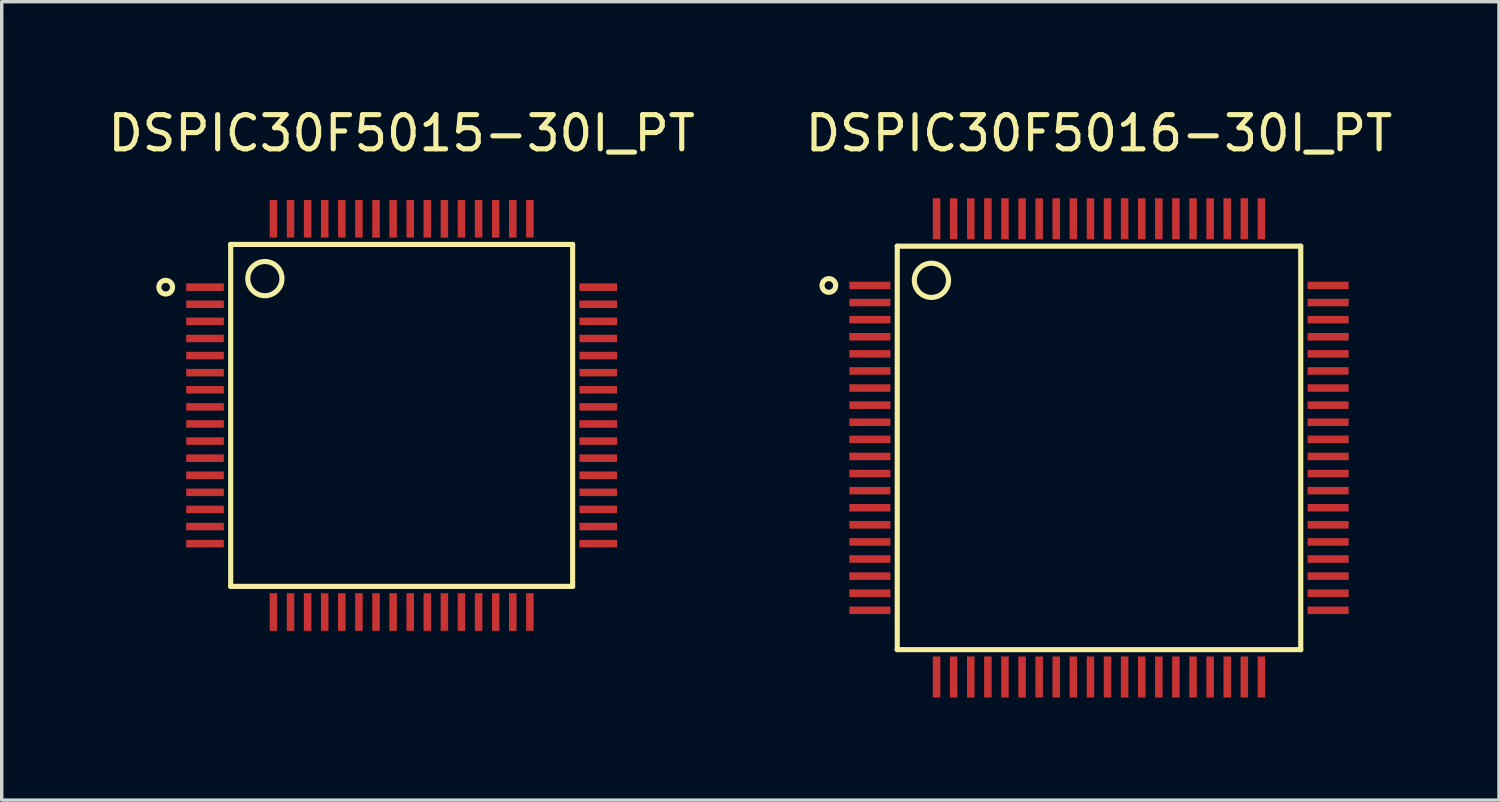
<source format=kicad_pcb>
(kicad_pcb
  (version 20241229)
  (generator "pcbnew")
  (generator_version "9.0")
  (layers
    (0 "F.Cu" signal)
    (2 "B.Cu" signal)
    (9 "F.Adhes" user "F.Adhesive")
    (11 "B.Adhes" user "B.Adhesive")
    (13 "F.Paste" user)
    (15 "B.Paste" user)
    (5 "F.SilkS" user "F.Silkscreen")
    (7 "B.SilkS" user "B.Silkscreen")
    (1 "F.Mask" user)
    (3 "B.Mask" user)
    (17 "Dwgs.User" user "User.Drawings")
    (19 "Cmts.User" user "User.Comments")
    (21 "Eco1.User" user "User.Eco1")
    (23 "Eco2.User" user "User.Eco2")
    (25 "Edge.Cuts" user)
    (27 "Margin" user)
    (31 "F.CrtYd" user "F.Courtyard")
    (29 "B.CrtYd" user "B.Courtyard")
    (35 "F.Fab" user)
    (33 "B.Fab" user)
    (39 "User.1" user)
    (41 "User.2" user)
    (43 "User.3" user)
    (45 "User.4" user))
  (footprint "DSPIC30F5015-30I_PT"
    (layer "F.Cu")
    (at 2.946 3.348)
    (property "Reference" "DSPIC30F5015-30I_PT" (at 5.75 -2.5 0) (layer "F.SilkS") (effects (font (size 1 1) (thickness 0.15))))
    (attr through_hole)
    (fp_line (start 0.75 0.75) (end 0.75 10.75) (stroke (width 0.15) (type solid)) (layer "F.SilkS"))
    (fp_line (start 0.75 0.75) (end 10.75 0.75) (stroke (width 0.15) (type solid)) (layer "F.SilkS"))
    (fp_line (start 0.75 10.75) (end 10.75 10.75) (stroke (width 0.15) (type solid)) (layer "F.SilkS"))
    (fp_line (start 10.75 10.75) (end 10.75 0.75) (stroke (width 0.15) (type solid)) (layer "F.SilkS"))
    (fp_circle (center -1.15 2) (end -1.15 1.8) (stroke (width 0.15) (type solid)) (fill no) (layer "F.SilkS"))
    (fp_circle (center 1.75 1.75) (end 1.75 1.25) (stroke (width 0.15) (type solid)) (fill no) (layer "F.SilkS"))
    (pad "1" smd rect (at 0 2) (size 1.1 0.22) (layers "F.Cu" "F.Mask" "F.Paste"))
    (pad "2" smd rect (at 0 2.5) (size 1.1 0.22) (layers "F.Cu" "F.Mask" "F.Paste"))
    (pad "3" smd rect (at 0 3) (size 1.1 0.22) (layers "F.Cu" "F.Mask" "F.Paste"))
    (pad "4" smd rect (at 0 3.5) (size 1.1 0.22) (layers "F.Cu" "F.Mask" "F.Paste"))
    (pad "5" smd rect (at 0 4) (size 1.1 0.22) (layers "F.Cu" "F.Mask" "F.Paste"))
    (pad "6" smd rect (at 0 4.5) (size 1.1 0.22) (layers "F.Cu" "F.Mask" "F.Paste"))
    (pad "7" smd rect (at 0 5) (size 1.1 0.22) (layers "F.Cu" "F.Mask" "F.Paste"))
    (pad "8" smd rect (at 0 5.5) (size 1.1 0.22) (layers "F.Cu" "F.Mask" "F.Paste"))
    (pad "9" smd rect (at 0 6) (size 1.1 0.22) (layers "F.Cu" "F.Mask" "F.Paste"))
    (pad "10" smd rect (at 0 6.5) (size 1.1 0.22) (layers "F.Cu" "F.Mask" "F.Paste"))
    (pad "11" smd rect (at 0 7) (size 1.1 0.22) (layers "F.Cu" "F.Mask" "F.Paste"))
    (pad "12" smd rect (at 0 7.5) (size 1.1 0.22) (layers "F.Cu" "F.Mask" "F.Paste"))
    (pad "13" smd rect (at 0 8) (size 1.1 0.22) (layers "F.Cu" "F.Mask" "F.Paste"))
    (pad "14" smd rect (at 0 8.5) (size 1.1 0.22) (layers "F.Cu" "F.Mask" "F.Paste"))
    (pad "15" smd rect (at 0 9) (size 1.1 0.22) (layers "F.Cu" "F.Mask" "F.Paste"))
    (pad "16" smd rect (at 0 9.5) (size 1.1 0.22) (layers "F.Cu" "F.Mask" "F.Paste"))
    (pad "17" smd rect (at 2 11.5) (size 0.22 1.1) (layers "F.Cu" "F.Mask" "F.Paste"))
    (pad "18" smd rect (at 2.5 11.5) (size 0.22 1.1) (layers "F.Cu" "F.Mask" "F.Paste"))
    (pad "19" smd rect (at 3 11.5) (size 0.22 1.1) (layers "F.Cu" "F.Mask" "F.Paste"))
    (pad "20" smd rect (at 3.5 11.5) (size 0.22 1.1) (layers "F.Cu" "F.Mask" "F.Paste"))
    (pad "21" smd rect (at 4 11.5) (size 0.22 1.1) (layers "F.Cu" "F.Mask" "F.Paste"))
    (pad "22" smd rect (at 4.5 11.5) (size 0.22 1.1) (layers "F.Cu" "F.Mask" "F.Paste"))
    (pad "23" smd rect (at 5 11.5) (size 0.22 1.1) (layers "F.Cu" "F.Mask" "F.Paste"))
    (pad "24" smd rect (at 5.5 11.5) (size 0.22 1.1) (layers "F.Cu" "F.Mask" "F.Paste"))
    (pad "25" smd rect (at 6 11.5) (size 0.22 1.1) (layers "F.Cu" "F.Mask" "F.Paste"))
    (pad "26" smd rect (at 6.5 11.5) (size 0.22 1.1) (layers "F.Cu" "F.Mask" "F.Paste"))
    (pad "27" smd rect (at 7 11.5) (size 0.22 1.1) (layers "F.Cu" "F.Mask" "F.Paste"))
    (pad "28" smd rect (at 7.5 11.5) (size 0.22 1.1) (layers "F.Cu" "F.Mask" "F.Paste"))
    (pad "29" smd rect (at 8 11.5) (size 0.22 1.1) (layers "F.Cu" "F.Mask" "F.Paste"))
    (pad "30" smd rect (at 8.5 11.5) (size 0.22 1.1) (layers "F.Cu" "F.Mask" "F.Paste"))
    (pad "31" smd rect (at 9 11.5) (size 0.22 1.1) (layers "F.Cu" "F.Mask" "F.Paste"))
    (pad "32" smd rect (at 9.5 11.5) (size 0.22 1.1) (layers "F.Cu" "F.Mask" "F.Paste"))
    (pad "33" smd rect (at 11.5 9.5) (size 1.1 0.22) (layers "F.Cu" "F.Mask" "F.Paste"))
    (pad "34" smd rect (at 11.5 9) (size 1.1 0.22) (layers "F.Cu" "F.Mask" "F.Paste"))
    (pad "35" smd rect (at 11.5 8.5) (size 1.1 0.22) (layers "F.Cu" "F.Mask" "F.Paste"))
    (pad "36" smd rect (at 11.5 8) (size 1.1 0.22) (layers "F.Cu" "F.Mask" "F.Paste"))
    (pad "37" smd rect (at 11.5 7.5) (size 1.1 0.22) (layers "F.Cu" "F.Mask" "F.Paste"))
    (pad "38" smd rect (at 11.5 7) (size 1.1 0.22) (layers "F.Cu" "F.Mask" "F.Paste"))
    (pad "39" smd rect (at 11.5 6.5) (size 1.1 0.22) (layers "F.Cu" "F.Mask" "F.Paste"))
    (pad "40" smd rect (at 11.5 6) (size 1.1 0.22) (layers "F.Cu" "F.Mask" "F.Paste"))
    (pad "41" smd rect (at 11.5 5.5) (size 1.1 0.22) (layers "F.Cu" "F.Mask" "F.Paste"))
    (pad "42" smd rect (at 11.5 5) (size 1.1 0.22) (layers "F.Cu" "F.Mask" "F.Paste"))
    (pad "43" smd rect (at 11.5 4.5) (size 1.1 0.22) (layers "F.Cu" "F.Mask" "F.Paste"))
    (pad "44" smd rect (at 11.5 4) (size 1.1 0.22) (layers "F.Cu" "F.Mask" "F.Paste"))
    (pad "45" smd rect (at 11.5 3.5) (size 1.1 0.22) (layers "F.Cu" "F.Mask" "F.Paste"))
    (pad "46" smd rect (at 11.5 3) (size 1.1 0.22) (layers "F.Cu" "F.Mask" "F.Paste"))
    (pad "47" smd rect (at 11.5 2.5) (size 1.1 0.22) (layers "F.Cu" "F.Mask" "F.Paste"))
    (pad "48" smd rect (at 11.5 2) (size 1.1 0.22) (layers "F.Cu" "F.Mask" "F.Paste"))
    (pad "49" smd rect (at 9.5 0) (size 0.22 1.1) (layers "F.Cu" "F.Mask" "F.Paste"))
    (pad "50" smd rect (at 9 0) (size 0.22 1.1) (layers "F.Cu" "F.Mask" "F.Paste"))
    (pad "51" smd rect (at 8.5 0) (size 0.22 1.1) (layers "F.Cu" "F.Mask" "F.Paste"))
    (pad "52" smd rect (at 8 0) (size 0.22 1.1) (layers "F.Cu" "F.Mask" "F.Paste"))
    (pad "53" smd rect (at 7.5 0) (size 0.22 1.1) (layers "F.Cu" "F.Mask" "F.Paste"))
    (pad "54" smd rect (at 7 0) (size 0.22 1.1) (layers "F.Cu" "F.Mask" "F.Paste"))
    (pad "55" smd rect (at 6.5 0) (size 0.22 1.1) (layers "F.Cu" "F.Mask" "F.Paste"))
    (pad "56" smd rect (at 6 0) (size 0.22 1.1) (layers "F.Cu" "F.Mask" "F.Paste"))
    (pad "57" smd rect (at 5.5 0) (size 0.22 1.1) (layers "F.Cu" "F.Mask" "F.Paste"))
    (pad "58" smd rect (at 5 0) (size 0.22 1.1) (layers "F.Cu" "F.Mask" "F.Paste"))
    (pad "59" smd rect (at 4.5 0) (size 0.22 1.1) (layers "F.Cu" "F.Mask" "F.Paste"))
    (pad "60" smd rect (at 4 0) (size 0.22 1.1) (layers "F.Cu" "F.Mask" "F.Paste"))
    (pad "61" smd rect (at 3.5 0) (size 0.22 1.1) (layers "F.Cu" "F.Mask" "F.Paste"))
    (pad "62" smd rect (at 3 0) (size 0.22 1.1) (layers "F.Cu" "F.Mask" "F.Paste"))
    (pad "63" smd rect (at 2.5 0) (size 0.22 1.1) (layers "F.Cu" "F.Mask" "F.Paste"))
    (pad "64" smd rect (at 2 0) (size 0.22 1.1) (layers "F.Cu" "F.Mask" "F.Paste")))
  (footprint "DSPIC30F5016-30I_PT"
    (layer "F.Cu")
    (at 22.389 3.348)
    (property "Reference" "DSPIC30F5016-30I_PT" (at 6.7 -2.5 0) (layer "F.SilkS") (effects (font (size 1 1) (thickness 0.15))))
    (attr through_hole)
    (fp_line (start 0.8 0.8) (end 0.8 12.6) (stroke (width 0.15) (type solid)) (layer "F.SilkS"))
    (fp_line (start 0.8 0.8) (end 12.6 0.8) (stroke (width 0.15) (type solid)) (layer "F.SilkS"))
    (fp_line (start 0.8 12.6) (end 12.6 12.6) (stroke (width 0.15) (type solid)) (layer "F.SilkS"))
    (fp_line (start 12.6 12.6) (end 12.6 0.8) (stroke (width 0.15) (type solid)) (layer "F.SilkS"))
    (fp_circle (center -1.2 1.95) (end -1.2 1.75) (stroke (width 0.15) (type solid)) (fill no) (layer "F.SilkS"))
    (fp_circle (center 1.8 1.8) (end 1.8 1.3) (stroke (width 0.15) (type solid)) (fill no) (layer "F.SilkS"))
    (pad "1" smd rect (at 0 1.95) (size 1.2 0.22) (layers "F.Cu" "F.Mask" "F.Paste"))
    (pad "2" smd rect (at 0 2.45) (size 1.2 0.22) (layers "F.Cu" "F.Mask" "F.Paste"))
    (pad "3" smd rect (at 0 2.95) (size 1.2 0.22) (layers "F.Cu" "F.Mask" "F.Paste"))
    (pad "4" smd rect (at 0 3.45) (size 1.2 0.22) (layers "F.Cu" "F.Mask" "F.Paste"))
    (pad "5" smd rect (at 0 3.95) (size 1.2 0.22) (layers "F.Cu" "F.Mask" "F.Paste"))
    (pad "6" smd rect (at 0 4.45) (size 1.2 0.22) (layers "F.Cu" "F.Mask" "F.Paste"))
    (pad "7" smd rect (at 0 4.95) (size 1.2 0.22) (layers "F.Cu" "F.Mask" "F.Paste"))
    (pad "8" smd rect (at 0 5.45) (size 1.2 0.22) (layers "F.Cu" "F.Mask" "F.Paste"))
    (pad "9" smd rect (at 0 5.95) (size 1.2 0.22) (layers "F.Cu" "F.Mask" "F.Paste"))
    (pad "10" smd rect (at 0 6.45) (size 1.2 0.22) (layers "F.Cu" "F.Mask" "F.Paste"))
    (pad "11" smd rect (at 0 6.95) (size 1.2 0.22) (layers "F.Cu" "F.Mask" "F.Paste"))
    (pad "12" smd rect (at 0 7.45) (size 1.2 0.22) (layers "F.Cu" "F.Mask" "F.Paste"))
    (pad "13" smd rect (at 0 7.95) (size 1.2 0.22) (layers "F.Cu" "F.Mask" "F.Paste"))
    (pad "14" smd rect (at 0 8.45) (size 1.2 0.22) (layers "F.Cu" "F.Mask" "F.Paste"))
    (pad "15" smd rect (at 0 8.95) (size 1.2 0.22) (layers "F.Cu" "F.Mask" "F.Paste"))
    (pad "16" smd rect (at 0 9.45) (size 1.2 0.22) (layers "F.Cu" "F.Mask" "F.Paste"))
    (pad "17" smd rect (at 0 9.95) (size 1.2 0.22) (layers "F.Cu" "F.Mask" "F.Paste"))
    (pad "18" smd rect (at 0 10.45) (size 1.2 0.22) (layers "F.Cu" "F.Mask" "F.Paste"))
    (pad "19" smd rect (at 0 10.95) (size 1.2 0.22) (layers "F.Cu" "F.Mask" "F.Paste"))
    (pad "20" smd rect (at 0 11.45) (size 1.2 0.22) (layers "F.Cu" "F.Mask" "F.Paste"))
    (pad "21" smd rect (at 1.95 13.4) (size 0.22 1.2) (layers "F.Cu" "F.Mask" "F.Paste"))
    (pad "22" smd rect (at 2.45 13.4) (size 0.22 1.2) (layers "F.Cu" "F.Mask" "F.Paste"))
    (pad "23" smd rect (at 2.95 13.4) (size 0.22 1.2) (layers "F.Cu" "F.Mask" "F.Paste"))
    (pad "24" smd rect (at 3.45 13.4) (size 0.22 1.2) (layers "F.Cu" "F.Mask" "F.Paste"))
    (pad "25" smd rect (at 3.95 13.4) (size 0.22 1.2) (layers "F.Cu" "F.Mask" "F.Paste"))
    (pad "26" smd rect (at 4.45 13.4) (size 0.22 1.2) (layers "F.Cu" "F.Mask" "F.Paste"))
    (pad "27" smd rect (at 4.95 13.4) (size 0.22 1.2) (layers "F.Cu" "F.Mask" "F.Paste"))
    (pad "28" smd rect (at 5.45 13.4) (size 0.22 1.2) (layers "F.Cu" "F.Mask" "F.Paste"))
    (pad "29" smd rect (at 5.95 13.4) (size 0.22 1.2) (layers "F.Cu" "F.Mask" "F.Paste"))
    (pad "30" smd rect (at 6.45 13.4) (size 0.22 1.2) (layers "F.Cu" "F.Mask" "F.Paste"))
    (pad "31" smd rect (at 6.95 13.4) (size 0.22 1.2) (layers "F.Cu" "F.Mask" "F.Paste"))
    (pad "32" smd rect (at 7.45 13.4) (size 0.22 1.2) (layers "F.Cu" "F.Mask" "F.Paste"))
    (pad "33" smd rect (at 7.95 13.4) (size 0.22 1.2) (layers "F.Cu" "F.Mask" "F.Paste"))
    (pad "34" smd rect (at 8.45 13.4) (size 0.22 1.2) (layers "F.Cu" "F.Mask" "F.Paste"))
    (pad "35" smd rect (at 8.95 13.4) (size 0.22 1.2) (layers "F.Cu" "F.Mask" "F.Paste"))
    (pad "36" smd rect (at 9.45 13.4) (size 0.22 1.2) (layers "F.Cu" "F.Mask" "F.Paste"))
    (pad "37" smd rect (at 9.95 13.4) (size 0.22 1.2) (layers "F.Cu" "F.Mask" "F.Paste"))
    (pad "38" smd rect (at 10.45 13.4) (size 0.22 1.2) (layers "F.Cu" "F.Mask" "F.Paste"))
    (pad "39" smd rect (at 10.95 13.4) (size 0.22 1.2) (layers "F.Cu" "F.Mask" "F.Paste"))
    (pad "40" smd rect (at 11.45 13.4) (size 0.22 1.2) (layers "F.Cu" "F.Mask" "F.Paste"))
    (pad "41" smd rect (at 13.4 11.45) (size 1.2 0.22) (layers "F.Cu" "F.Mask" "F.Paste"))
    (pad "42" smd rect (at 13.4 10.95) (size 1.2 0.22) (layers "F.Cu" "F.Mask" "F.Paste"))
    (pad "43" smd rect (at 13.4 10.45) (size 1.2 0.22) (layers "F.Cu" "F.Mask" "F.Paste"))
    (pad "44" smd rect (at 13.4 9.95) (size 1.2 0.22) (layers "F.Cu" "F.Mask" "F.Paste"))
    (pad "45" smd rect (at 13.4 9.45) (size 1.2 0.22) (layers "F.Cu" "F.Mask" "F.Paste"))
    (pad "46" smd rect (at 13.4 8.95) (size 1.2 0.22) (layers "F.Cu" "F.Mask" "F.Paste"))
    (pad "47" smd rect (at 13.4 8.45) (size 1.2 0.22) (layers "F.Cu" "F.Mask" "F.Paste"))
    (pad "48" smd rect (at 13.4 7.95) (size 1.2 0.22) (layers "F.Cu" "F.Mask" "F.Paste"))
    (pad "49" smd rect (at 13.4 7.45) (size 1.2 0.22) (layers "F.Cu" "F.Mask" "F.Paste"))
    (pad "50" smd rect (at 13.4 6.95) (size 1.2 0.22) (layers "F.Cu" "F.Mask" "F.Paste"))
    (pad "51" smd rect (at 13.4 6.45) (size 1.2 0.22) (layers "F.Cu" "F.Mask" "F.Paste"))
    (pad "52" smd rect (at 13.4 5.95) (size 1.2 0.22) (layers "F.Cu" "F.Mask" "F.Paste"))
    (pad "53" smd rect (at 13.4 5.45) (size 1.2 0.22) (layers "F.Cu" "F.Mask" "F.Paste"))
    (pad "54" smd rect (at 13.4 4.95) (size 1.2 0.22) (layers "F.Cu" "F.Mask" "F.Paste"))
    (pad "55" smd rect (at 13.4 4.45) (size 1.2 0.22) (layers "F.Cu" "F.Mask" "F.Paste"))
    (pad "56" smd rect (at 13.4 3.95) (size 1.2 0.22) (layers "F.Cu" "F.Mask" "F.Paste"))
    (pad "57" smd rect (at 13.4 3.45) (size 1.2 0.22) (layers "F.Cu" "F.Mask" "F.Paste"))
    (pad "58" smd rect (at 13.4 2.95) (size 1.2 0.22) (layers "F.Cu" "F.Mask" "F.Paste"))
    (pad "59" smd rect (at 13.4 2.45) (size 1.2 0.22) (layers "F.Cu" "F.Mask" "F.Paste"))
    (pad "60" smd rect (at 13.4 1.95) (size 1.2 0.22) (layers "F.Cu" "F.Mask" "F.Paste"))
    (pad "61" smd rect (at 11.45 0) (size 0.22 1.2) (layers "F.Cu" "F.Mask" "F.Paste"))
    (pad "62" smd rect (at 10.95 0) (size 0.22 1.2) (layers "F.Cu" "F.Mask" "F.Paste"))
    (pad "63" smd rect (at 10.45 0) (size 0.22 1.2) (layers "F.Cu" "F.Mask" "F.Paste"))
    (pad "64" smd rect (at 9.95 0) (size 0.22 1.2) (layers "F.Cu" "F.Mask" "F.Paste"))
    (pad "65" smd rect (at 9.45 0) (size 0.22 1.2) (layers "F.Cu" "F.Mask" "F.Paste"))
    (pad "66" smd rect (at 8.95 0) (size 0.22 1.2) (layers "F.Cu" "F.Mask" "F.Paste"))
    (pad "67" smd rect (at 8.45 0) (size 0.22 1.2) (layers "F.Cu" "F.Mask" "F.Paste"))
    (pad "68" smd rect (at 7.95 0) (size 0.22 1.2) (layers "F.Cu" "F.Mask" "F.Paste"))
    (pad "69" smd rect (at 7.45 0) (size 0.22 1.2) (layers "F.Cu" "F.Mask" "F.Paste"))
    (pad "70" smd rect (at 6.95 0) (size 0.22 1.2) (layers "F.Cu" "F.Mask" "F.Paste"))
    (pad "71" smd rect (at 6.45 0) (size 0.22 1.2) (layers "F.Cu" "F.Mask" "F.Paste"))
    (pad "72" smd rect (at 5.95 0) (size 0.22 1.2) (layers "F.Cu" "F.Mask" "F.Paste"))
    (pad "73" smd rect (at 5.45 0) (size 0.22 1.2) (layers "F.Cu" "F.Mask" "F.Paste"))
    (pad "74" smd rect (at 4.95 0) (size 0.22 1.2) (layers "F.Cu" "F.Mask" "F.Paste"))
    (pad "75" smd rect (at 4.45 0) (size 0.22 1.2) (layers "F.Cu" "F.Mask" "F.Paste"))
    (pad "76" smd rect (at 3.95 0) (size 0.22 1.2) (layers "F.Cu" "F.Mask" "F.Paste"))
    (pad "77" smd rect (at 3.45 0) (size 0.22 1.2) (layers "F.Cu" "F.Mask" "F.Paste"))
    (pad "78" smd rect (at 2.95 0) (size 0.22 1.2) (layers "F.Cu" "F.Mask" "F.Paste"))
    (pad "79" smd rect (at 2.45 0) (size 0.22 1.2) (layers "F.Cu" "F.Mask" "F.Paste"))
    (pad "80" smd rect (at 1.95 0) (size 0.22 1.2) (layers "F.Cu" "F.Mask" "F.Paste")))
  (gr_rect
    (start -3 -3)
    (end 40.786 20.348)
    (stroke (width 0.1) (type default))
    (fill no)
    (layer "Edge.Cuts")))
</source>
